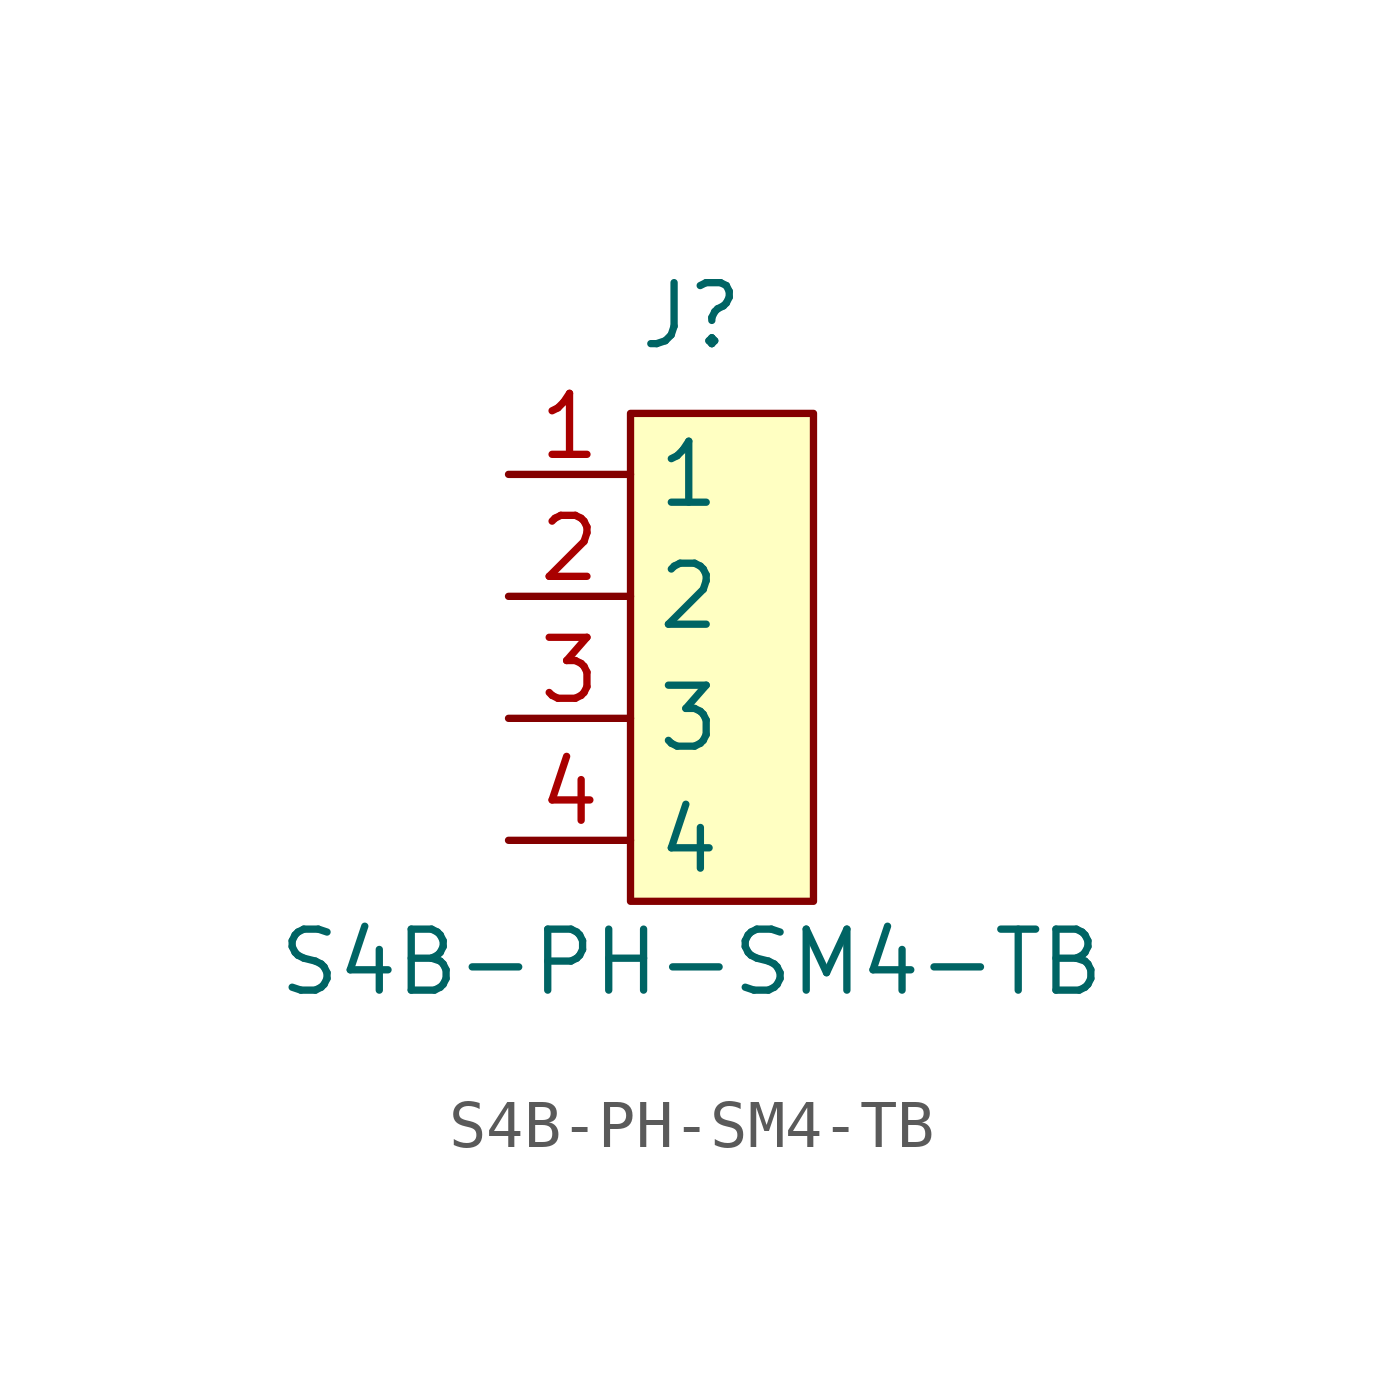
<source format=kicad_sym>
(kicad_symbol_lib
  (version 20231120)
  (generator "kicad_symbol_editor")
  (generator_version "8.0")
  (symbol "S4B-PH-SM4-TB"
    (property "Reference" "J"
      (at 0 0.762 0)
      (effects (font (size 1.27 1.27))))
    (property "Value" "S4B-PH-SM4-TB"
      (at 0 -12.7 0)
      (effects (font (size 1.27 1.27))))
    (symbol "S4B-PH-SM4-TB_0_1"
      (rectangle (start -1.27 -1.27) (end 2.54 -11.43) (stroke (width 0) (type solid)) (fill (type background))))
    (symbol "S4B-PH-SM4-TB_1_1"
      (pin passive line (at -3.81 -2.54 0) (length 2.54) (name "1" (effects (font (size 1.27 1.27)))) (number "1" (effects (font (size 1.27 1.27)))))
      (pin passive line (at -3.81 -5.08 0) (length 2.54) (name "2" (effects (font (size 1.27 1.27)))) (number "2" (effects (font (size 1.27 1.27)))))
      (pin passive line (at -3.81 -7.62 0) (length 2.54) (name "3" (effects (font (size 1.27 1.27)))) (number "3" (effects (font (size 1.27 1.27)))))
      (pin passive line (at -3.81 -10.16 0) (length 2.54) (name "4" (effects (font (size 1.27 1.27)))) (number "4" (effects (font (size 1.27 1.27))))))))
</source>
